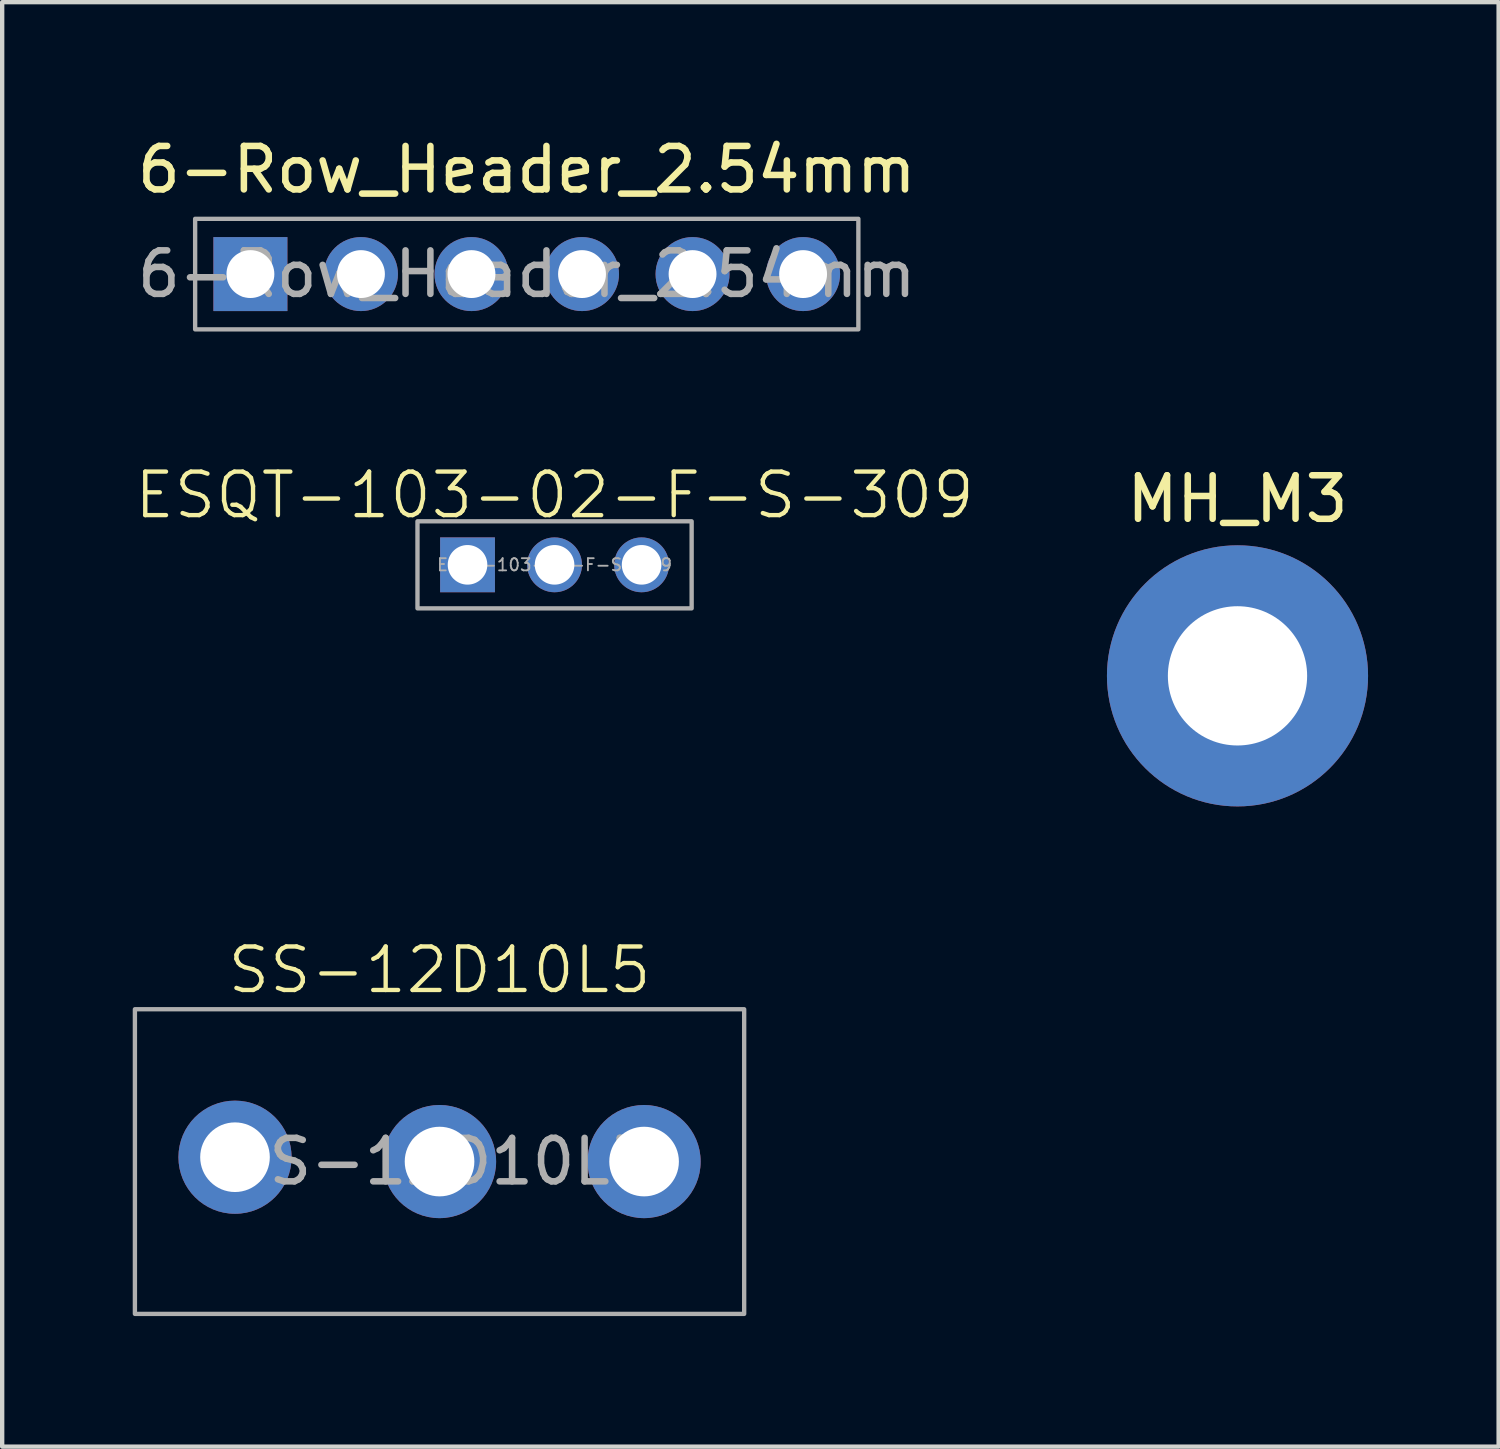
<source format=kicad_pcb>
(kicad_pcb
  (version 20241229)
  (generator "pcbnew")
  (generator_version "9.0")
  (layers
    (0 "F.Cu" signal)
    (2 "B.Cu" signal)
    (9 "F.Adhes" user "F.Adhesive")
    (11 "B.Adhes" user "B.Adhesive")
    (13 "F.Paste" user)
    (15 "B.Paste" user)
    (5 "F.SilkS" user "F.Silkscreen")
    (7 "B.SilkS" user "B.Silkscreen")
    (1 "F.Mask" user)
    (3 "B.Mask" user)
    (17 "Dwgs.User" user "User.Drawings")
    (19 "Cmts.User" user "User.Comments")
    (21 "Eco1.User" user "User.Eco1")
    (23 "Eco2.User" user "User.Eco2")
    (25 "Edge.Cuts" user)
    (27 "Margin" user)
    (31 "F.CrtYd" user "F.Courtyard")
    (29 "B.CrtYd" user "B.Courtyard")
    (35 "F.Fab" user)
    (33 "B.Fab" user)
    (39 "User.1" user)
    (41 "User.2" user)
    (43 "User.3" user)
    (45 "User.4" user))
  (footprint "6-Row_Header_2.54mm"
    (layer "F.Cu")
    (at 9.054 3.248)
    (property "Reference" "6-Row_Header_2.54mm" (at 0 -2.4 0) (unlocked yes) (layer "F.SilkS") (effects (font (size 1 1) (thickness 0.15))))
    (attr smd)
    (fp_rect (start -7.62 -1.27) (end 7.62 1.27) (stroke (width 0.1) (type solid)) (fill no) (layer "F.Fab"))
    (fp_text user "${REFERENCE}" (at 0 0 0) (unlocked yes) (layer "F.Fab") (effects (font (size 1 1) (thickness 0.15))))
    (pad "1" thru_hole rect (at -6.35 0 180) (size 1.7 1.7) (drill 1.1) (property pad_prop_castellated) (layers "*.Cu" "*.Mask"))
    (pad "2" thru_hole circle (at -3.81 0 180) (size 1.7 1.7) (drill 1.1) (property pad_prop_castellated) (layers "*.Cu" "*.Mask"))
    (pad "3" thru_hole circle (at -1.27 0 180) (size 1.7 1.7) (drill 1.1) (property pad_prop_castellated) (layers "*.Cu" "*.Mask"))
    (pad "4" thru_hole circle (at 1.27 0 180) (size 1.7 1.7) (drill 1.1) (property pad_prop_castellated) (layers "*.Cu" "*.Mask"))
    (pad "5" thru_hole circle (at 3.81 0 180) (size 1.7 1.7) (drill 1.1) (property pad_prop_castellated) (layers "*.Cu" "*.Mask"))
    (pad "6" thru_hole circle (at 6.35 0 180) (size 1.7 1.7) (drill 1.1) (property pad_prop_castellated) (layers "*.Cu" "*.Mask")))
  (footprint "ESQT-103-02-F-S-309"
    (layer "F.Cu")
    (at 9.693 9.929)
    (property "Reference" "ESQT-103-02-F-S-309" (at 0 -1.6 0) (unlocked yes) (layer "F.SilkS") (effects (font (size 1 1) (thickness 0.1))))
    (attr smd)
    (fp_rect (start -3.15 -1) (end 3.15 1) (stroke (width 0.1) (type solid)) (fill no) (layer "F.Fab"))
    (fp_text user "${REFERENCE}" (at 0 0 0) (unlocked yes) (layer "F.Fab") (effects (font (size 0.28 0.28) (thickness 0.042))))
    (pad "1" thru_hole rect (at -2 0 180) (size 1.26 1.26) (drill 0.91) (property pad_prop_castellated) (layers "*.Cu" "*.Mask"))
    (pad "2" thru_hole circle (at 0 0 180) (size 1.26 1.26) (drill 0.91) (property pad_prop_castellated) (layers "*.Cu" "*.Mask"))
    (pad "3" thru_hole circle (at 2 0 180) (size 1.26 1.26) (drill 0.91) (property pad_prop_castellated) (layers "*.Cu" "*.Mask")))
  (footprint "SS-12D10L5"
    (layer "F.Cu")
    (at 7.05 23.641)
    (property "Reference" "SS-12D10L5" (at 0 -4.4 0) (unlocked yes) (layer "F.SilkS") (effects (font (size 1 1) (thickness 0.1))))
    (attr smd)
    (fp_rect (start -7 -3.5) (end 7 3.5) (stroke (width 0.1) (type solid)) (fill no) (layer "F.Fab"))
    (fp_text user "${REFERENCE}" (at 0 0 0) (unlocked yes) (layer "F.Fab") (effects (font (size 1 1) (thickness 0.15))))
    (pad "1" thru_hole circle (at -4.7 -0.1 180) (size 2.6 2.6) (drill 1.6) (property pad_prop_castellated) (layers "*.Cu" "*.Mask"))
    (pad "2" thru_hole circle (at 0 0 180) (size 2.6 2.6) (drill 1.6) (property pad_prop_castellated) (layers "*.Cu" "*.Mask"))
    (pad "3" thru_hole circle (at 4.7 0 180) (size 2.6 2.6) (drill 1.6) (property pad_prop_castellated) (layers "*.Cu" "*.Mask")))
  (footprint "MH_M3"
    (layer "F.Cu")
    (at 25.386 12.48)
    (property "Reference" "MH_M3" (at 0 -4.064 0) (unlocked yes) (layer "F.SilkS") (effects (font (size 1 1) (thickness 0.15))))
    (attr smd)
    (fp_text user "${REFERENCE}" (at 0 0 0) (unlocked yes) (layer "F.Fab") (effects (font (size 0.28 0.28) (thickness 0.042))))
    (pad "1" thru_hole circle (at 0 0) (size 6 6) (drill 3.2) (layers "*.Cu" "*.Mask")))
  (gr_rect
    (start -3 -3)
    (end 31.386 30.191)
    (stroke (width 0.1) (type default))
    (fill no)
    (layer "Edge.Cuts")))
</source>
